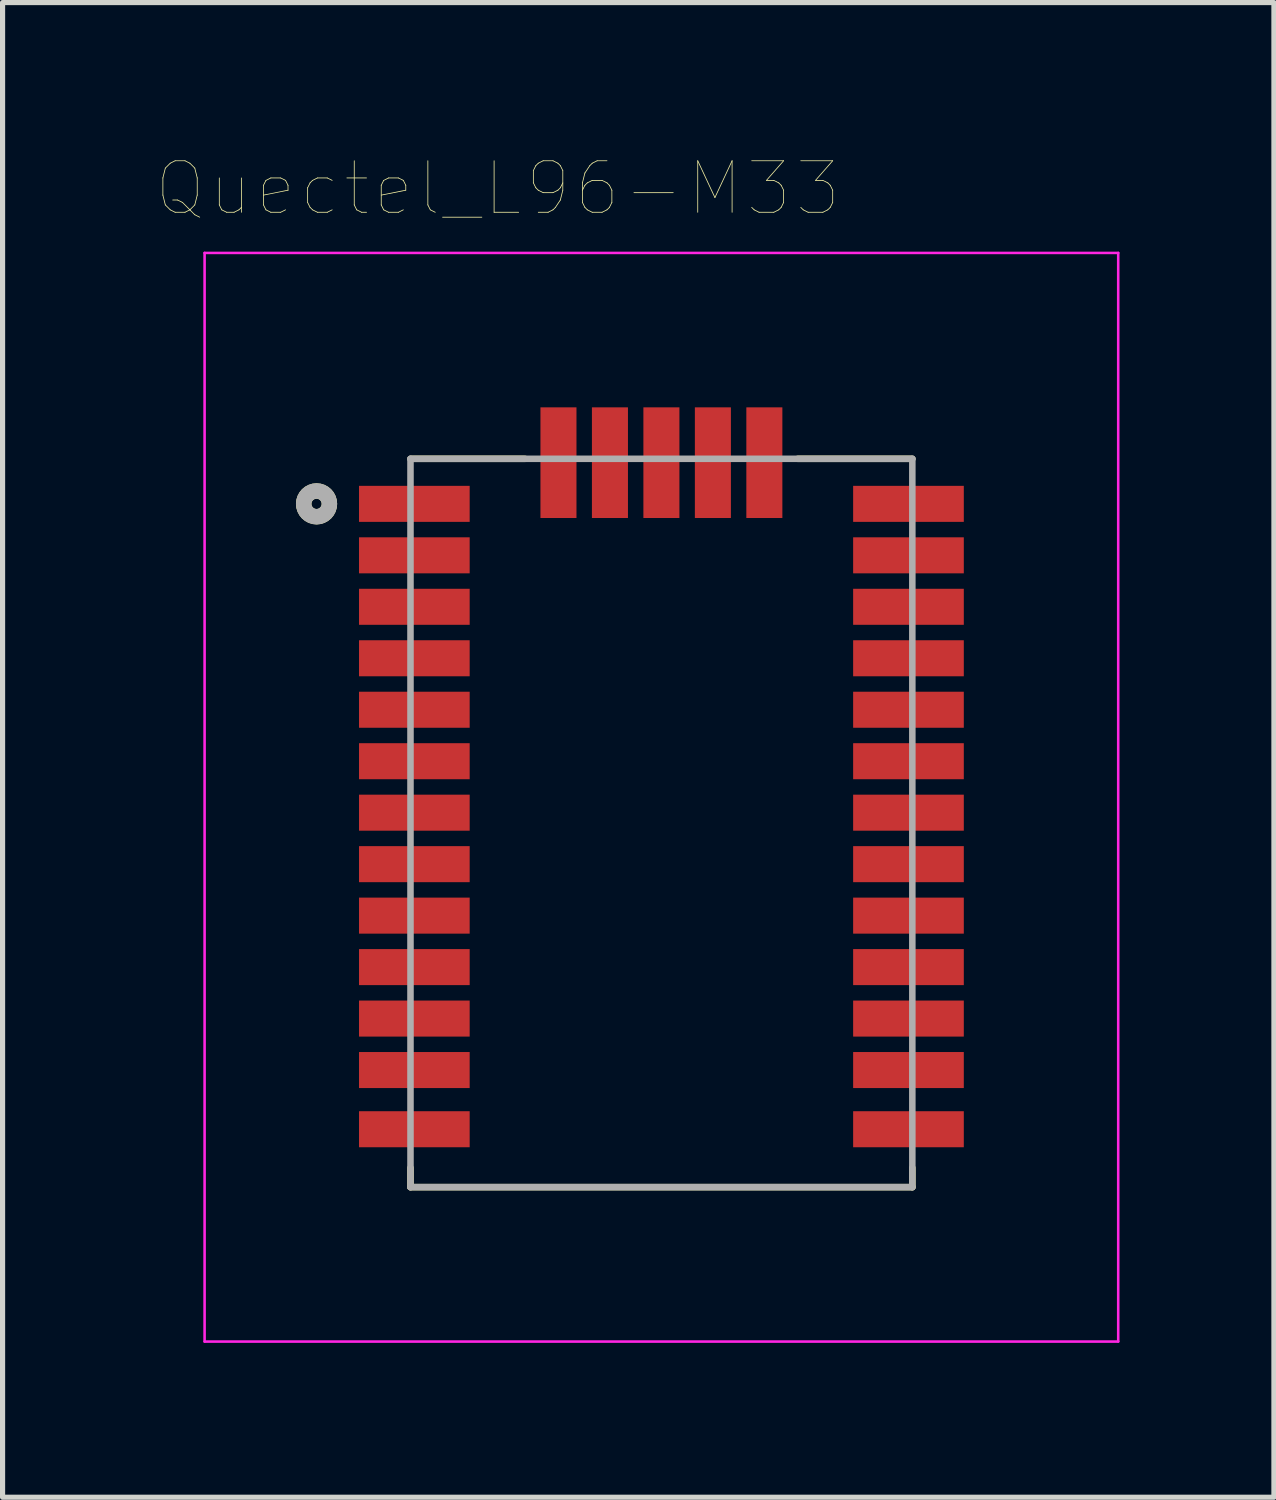
<source format=kicad_pcb>
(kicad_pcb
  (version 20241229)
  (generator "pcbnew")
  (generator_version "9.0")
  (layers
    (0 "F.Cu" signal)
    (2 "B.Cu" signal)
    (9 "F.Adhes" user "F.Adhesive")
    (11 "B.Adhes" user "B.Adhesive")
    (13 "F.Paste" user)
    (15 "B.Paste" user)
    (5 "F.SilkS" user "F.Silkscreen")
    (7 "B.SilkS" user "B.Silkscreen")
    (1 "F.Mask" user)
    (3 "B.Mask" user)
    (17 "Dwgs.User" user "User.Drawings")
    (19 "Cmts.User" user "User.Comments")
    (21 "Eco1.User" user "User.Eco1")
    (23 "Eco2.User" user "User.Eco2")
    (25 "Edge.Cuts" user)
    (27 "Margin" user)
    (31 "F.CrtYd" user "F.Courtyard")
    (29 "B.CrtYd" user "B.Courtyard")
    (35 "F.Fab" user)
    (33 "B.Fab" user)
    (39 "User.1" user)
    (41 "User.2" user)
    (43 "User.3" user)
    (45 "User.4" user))
  (footprint "Quectel_L96-M33"
    (layer "F.Cu")
    (at 9.8 12.939)
    (property "Reference" "Quectel_L96-M33" (at -3.179 -12.327 0) (layer "F.SilkS") (effects (font (size 1.001 1.001) (thickness 0.015))))
    (attr through_hole)
    (fp_line (start -4.875 -7.075) (end -2.65 -7.075) (stroke (width 0.127) (type solid)) (layer "F.SilkS"))
    (fp_line (start -4.875 6.7) (end -4.875 7.075) (stroke (width 0.127) (type solid)) (layer "F.SilkS"))
    (fp_line (start -4.875 7.075) (end 4.875 7.075) (stroke (width 0.127) (type solid)) (layer "F.SilkS"))
    (fp_line (start 2.65 -7.075) (end 4.875 -7.075) (stroke (width 0.127) (type solid)) (layer "F.SilkS"))
    (fp_line (start 4.875 7.075) (end 4.875 6.7) (stroke (width 0.127) (type solid)) (layer "F.SilkS"))
    (fp_circle (center -6.7 -6.2) (end -6.6 -6.2) (stroke (width 0.3) (type solid)) (fill no) (layer "F.SilkS"))
    (fp_poly (pts (xy -6.275 -6.55) (xy -3.825 -6.55) (xy -3.825 -5.85) (xy -6.275 -5.85)) (stroke (width 0.01) (type solid)) (fill yes) (layer "F.Paste"))
    (fp_poly (pts (xy -6.275 -5.55) (xy -3.825 -5.55) (xy -3.825 -4.85) (xy -6.275 -4.85)) (stroke (width 0.01) (type solid)) (fill yes) (layer "F.Paste"))
    (fp_poly (pts (xy -6.275 -4.55) (xy -3.825 -4.55) (xy -3.825 -3.85) (xy -6.275 -3.85)) (stroke (width 0.01) (type solid)) (fill yes) (layer "F.Paste"))
    (fp_poly (pts (xy -6.275 -3.55) (xy -3.825 -3.55) (xy -3.825 -2.85) (xy -6.275 -2.85)) (stroke (width 0.01) (type solid)) (fill yes) (layer "F.Paste"))
    (fp_poly (pts (xy -6.275 -2.55) (xy -3.825 -2.55) (xy -3.825 -1.85) (xy -6.275 -1.85)) (stroke (width 0.01) (type solid)) (fill yes) (layer "F.Paste"))
    (fp_poly (pts (xy -6.275 -1.55) (xy -3.825 -1.55) (xy -3.825 -0.85) (xy -6.275 -0.85)) (stroke (width 0.01) (type solid)) (fill yes) (layer "F.Paste"))
    (fp_poly (pts (xy -6.275 -0.55) (xy -3.825 -0.55) (xy -3.825 0.15) (xy -6.275 0.15)) (stroke (width 0.01) (type solid)) (fill yes) (layer "F.Paste"))
    (fp_poly (pts (xy -6.275 0.45) (xy -3.825 0.45) (xy -3.825 1.15) (xy -6.275 1.15)) (stroke (width 0.01) (type solid)) (fill yes) (layer "F.Paste"))
    (fp_poly (pts (xy -6.275 1.45) (xy -3.825 1.45) (xy -3.825 2.15) (xy -6.275 2.15)) (stroke (width 0.01) (type solid)) (fill yes) (layer "F.Paste"))
    (fp_poly (pts (xy -6.275 2.45) (xy -3.825 2.45) (xy -3.825 3.15) (xy -6.275 3.15)) (stroke (width 0.01) (type solid)) (fill yes) (layer "F.Paste"))
    (fp_poly (pts (xy -6.275 3.45) (xy -3.825 3.45) (xy -3.825 4.15) (xy -6.275 4.15)) (stroke (width 0.01) (type solid)) (fill yes) (layer "F.Paste"))
    (fp_poly (pts (xy -6.275 4.45) (xy -3.825 4.45) (xy -3.825 5.15) (xy -6.275 5.15)) (stroke (width 0.01) (type solid)) (fill yes) (layer "F.Paste"))
    (fp_poly (pts (xy -6.275 5.6) (xy -3.825 5.6) (xy -3.825 6.3) (xy -6.275 6.3)) (stroke (width 0.01) (type solid)) (fill yes) (layer "F.Paste"))
    (fp_poly (pts (xy -2.35 -8.475) (xy -1.65 -8.475) (xy -1.65 -6.025) (xy -2.35 -6.025)) (stroke (width 0.01) (type solid)) (fill yes) (layer "F.Paste"))
    (fp_poly (pts (xy -1.35 -8.475) (xy -0.65 -8.475) (xy -0.65 -6.025) (xy -1.35 -6.025)) (stroke (width 0.01) (type solid)) (fill yes) (layer "F.Paste"))
    (fp_poly (pts (xy -0.35 -8.475) (xy 0.35 -8.475) (xy 0.35 -6.025) (xy -0.35 -6.025)) (stroke (width 0.01) (type solid)) (fill yes) (layer "F.Paste"))
    (fp_poly (pts (xy 0.65 -8.475) (xy 1.35 -8.475) (xy 1.35 -6.025) (xy 0.65 -6.025)) (stroke (width 0.01) (type solid)) (fill yes) (layer "F.Paste"))
    (fp_poly (pts (xy 1.65 -8.475) (xy 2.35 -8.475) (xy 2.35 -6.025) (xy 1.65 -6.025)) (stroke (width 0.01) (type solid)) (fill yes) (layer "F.Paste"))
    (fp_poly (pts (xy 3.825 -6.55) (xy 6.275 -6.55) (xy 6.275 -5.85) (xy 3.825 -5.85)) (stroke (width 0.01) (type solid)) (fill yes) (layer "F.Paste"))
    (fp_poly (pts (xy 3.825 -5.55) (xy 6.275 -5.55) (xy 6.275 -4.85) (xy 3.825 -4.85)) (stroke (width 0.01) (type solid)) (fill yes) (layer "F.Paste"))
    (fp_poly (pts (xy 3.825 -4.55) (xy 6.275 -4.55) (xy 6.275 -3.85) (xy 3.825 -3.85)) (stroke (width 0.01) (type solid)) (fill yes) (layer "F.Paste"))
    (fp_poly (pts (xy 3.825 -3.55) (xy 6.275 -3.55) (xy 6.275 -2.85) (xy 3.825 -2.85)) (stroke (width 0.01) (type solid)) (fill yes) (layer "F.Paste"))
    (fp_poly (pts (xy 3.825 -2.55) (xy 6.275 -2.55) (xy 6.275 -1.85) (xy 3.825 -1.85)) (stroke (width 0.01) (type solid)) (fill yes) (layer "F.Paste"))
    (fp_poly (pts (xy 3.825 -1.55) (xy 6.275 -1.55) (xy 6.275 -0.85) (xy 3.825 -0.85)) (stroke (width 0.01) (type solid)) (fill yes) (layer "F.Paste"))
    (fp_poly (pts (xy 3.825 -0.55) (xy 6.275 -0.55) (xy 6.275 0.15) (xy 3.825 0.15)) (stroke (width 0.01) (type solid)) (fill yes) (layer "F.Paste"))
    (fp_poly (pts (xy 3.825 0.45) (xy 6.275 0.45) (xy 6.275 1.15) (xy 3.825 1.15)) (stroke (width 0.01) (type solid)) (fill yes) (layer "F.Paste"))
    (fp_poly (pts (xy 3.825 1.45) (xy 6.275 1.45) (xy 6.275 2.15) (xy 3.825 2.15)) (stroke (width 0.01) (type solid)) (fill yes) (layer "F.Paste"))
    (fp_poly (pts (xy 3.825 2.45) (xy 6.275 2.45) (xy 6.275 3.15) (xy 3.825 3.15)) (stroke (width 0.01) (type solid)) (fill yes) (layer "F.Paste"))
    (fp_poly (pts (xy 3.825 3.45) (xy 6.275 3.45) (xy 6.275 4.15) (xy 3.825 4.15)) (stroke (width 0.01) (type solid)) (fill yes) (layer "F.Paste"))
    (fp_poly (pts (xy 3.825 4.45) (xy 6.275 4.45) (xy 6.275 5.15) (xy 3.825 5.15)) (stroke (width 0.01) (type solid)) (fill yes) (layer "F.Paste"))
    (fp_poly (pts (xy 3.825 5.6) (xy 6.275 5.6) (xy 6.275 6.3) (xy 3.825 6.3)) (stroke (width 0.01) (type solid)) (fill yes) (layer "F.Paste"))
    (fp_line (start -8.875 -11.075) (end -8.875 10.075) (stroke (width 0.05) (type solid)) (layer "F.CrtYd"))
    (fp_line (start -8.875 10.075) (end 8.875 10.075) (stroke (width 0.05) (type solid)) (layer "F.CrtYd"))
    (fp_line (start 8.875 -11.075) (end -8.875 -11.075) (stroke (width 0.05) (type solid)) (layer "F.CrtYd"))
    (fp_line (start 8.875 10.075) (end 8.875 -11.075) (stroke (width 0.05) (type solid)) (layer "F.CrtYd"))
    (fp_line (start -4.875 -7.075) (end 4.875 -7.075) (stroke (width 0.127) (type solid)) (layer "F.Fab"))
    (fp_line (start -4.875 7.075) (end -4.875 -7.075) (stroke (width 0.127) (type solid)) (layer "F.Fab"))
    (fp_line (start 4.875 -7.075) (end 4.875 7.075) (stroke (width 0.127) (type solid)) (layer "F.Fab"))
    (fp_line (start 4.875 7.075) (end -4.875 7.075) (stroke (width 0.127) (type solid)) (layer "F.Fab"))
    (fp_circle (center -6.7 -6.2) (end -6.6 -6.2) (stroke (width 0.3) (type solid)) (fill no) (layer "F.Fab"))
    (pad "1" smd rect (at -4.8 -6.2) (size 2.15 0.7) (layers "F.Cu" "F.Mask"))
    (pad "2" smd rect (at -4.8 -5.2) (size 2.15 0.7) (layers "F.Cu" "F.Mask"))
    (pad "3" smd rect (at -4.8 -4.2) (size 2.15 0.7) (layers "F.Cu" "F.Mask"))
    (pad "4" smd rect (at -4.8 -3.2) (size 2.15 0.7) (layers "F.Cu" "F.Mask"))
    (pad "5" smd rect (at -4.8 -2.2) (size 2.15 0.7) (layers "F.Cu" "F.Mask"))
    (pad "6" smd rect (at -4.8 -1.2) (size 2.15 0.7) (layers "F.Cu" "F.Mask"))
    (pad "7" smd rect (at -4.8 -0.2) (size 2.15 0.7) (layers "F.Cu" "F.Mask"))
    (pad "8" smd rect (at -4.8 0.8) (size 2.15 0.7) (layers "F.Cu" "F.Mask"))
    (pad "9" smd rect (at -4.8 1.8) (size 2.15 0.7) (layers "F.Cu" "F.Mask"))
    (pad "10" smd rect (at -4.8 2.8) (size 2.15 0.7) (layers "F.Cu" "F.Mask"))
    (pad "11" smd rect (at -4.8 3.8) (size 2.15 0.7) (layers "F.Cu" "F.Mask"))
    (pad "12" smd rect (at -4.8 4.8) (size 2.15 0.7) (layers "F.Cu" "F.Mask"))
    (pad "13" smd rect (at -4.8 5.95) (size 2.15 0.7) (layers "F.Cu" "F.Mask"))
    (pad "14" smd rect (at 4.8 5.95) (size 2.15 0.7) (layers "F.Cu" "F.Mask"))
    (pad "15" smd rect (at 4.8 4.8) (size 2.15 0.7) (layers "F.Cu" "F.Mask"))
    (pad "16" smd rect (at 4.8 3.8) (size 2.15 0.7) (layers "F.Cu" "F.Mask"))
    (pad "17" smd rect (at 4.8 2.8) (size 2.15 0.7) (layers "F.Cu" "F.Mask"))
    (pad "18" smd rect (at 4.8 1.8) (size 2.15 0.7) (layers "F.Cu" "F.Mask"))
    (pad "19" smd rect (at 4.8 0.8) (size 2.15 0.7) (layers "F.Cu" "F.Mask"))
    (pad "20" smd rect (at 4.8 -0.2) (size 2.15 0.7) (layers "F.Cu" "F.Mask"))
    (pad "21" smd rect (at 4.8 -1.2) (size 2.15 0.7) (layers "F.Cu" "F.Mask"))
    (pad "22" smd rect (at 4.8 -2.2) (size 2.15 0.7) (layers "F.Cu" "F.Mask"))
    (pad "23" smd rect (at 4.8 -3.2) (size 2.15 0.7) (layers "F.Cu" "F.Mask"))
    (pad "24" smd rect (at 4.8 -4.2) (size 2.15 0.7) (layers "F.Cu" "F.Mask"))
    (pad "25" smd rect (at 4.8 -5.2) (size 2.15 0.7) (layers "F.Cu" "F.Mask"))
    (pad "26" smd rect (at 4.8 -6.2) (size 2.15 0.7) (layers "F.Cu" "F.Mask"))
    (pad "27" smd rect (at 2 -7) (size 0.7 2.15) (layers "F.Cu" "F.Mask"))
    (pad "28" smd rect (at 1 -7) (size 0.7 2.15) (layers "F.Cu" "F.Mask"))
    (pad "29" smd rect (at 0 -7) (size 0.7 2.15) (layers "F.Cu" "F.Mask"))
    (pad "30" smd rect (at -1 -7) (size 0.7 2.15) (layers "F.Cu" "F.Mask"))
    (pad "31" smd rect (at -2 -7) (size 0.7 2.15) (layers "F.Cu" "F.Mask")))
  (gr_rect
    (start -3 -3)
    (end 21.7 26.039)
    (stroke (width 0.1) (type default))
    (fill no)
    (layer "Edge.Cuts")))
</source>
